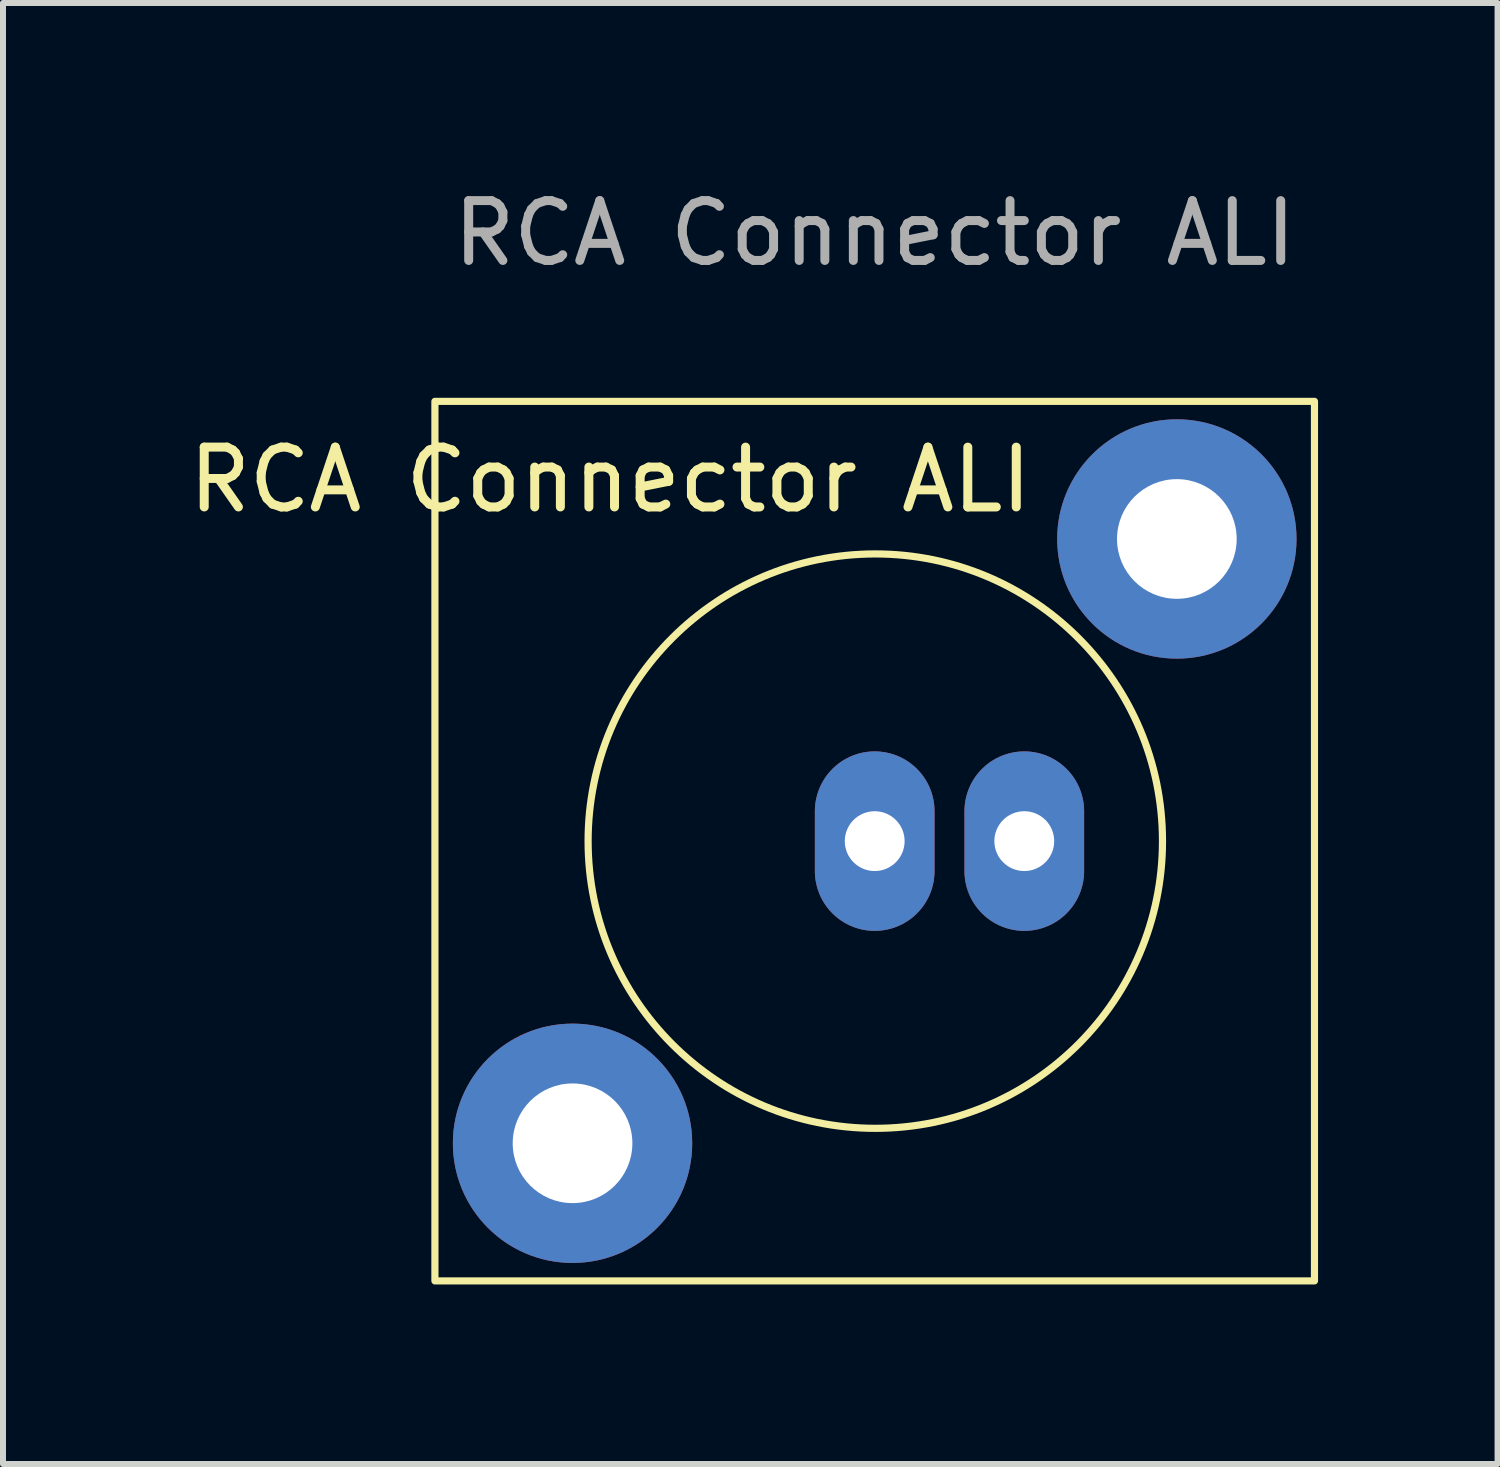
<source format=kicad_pcb>
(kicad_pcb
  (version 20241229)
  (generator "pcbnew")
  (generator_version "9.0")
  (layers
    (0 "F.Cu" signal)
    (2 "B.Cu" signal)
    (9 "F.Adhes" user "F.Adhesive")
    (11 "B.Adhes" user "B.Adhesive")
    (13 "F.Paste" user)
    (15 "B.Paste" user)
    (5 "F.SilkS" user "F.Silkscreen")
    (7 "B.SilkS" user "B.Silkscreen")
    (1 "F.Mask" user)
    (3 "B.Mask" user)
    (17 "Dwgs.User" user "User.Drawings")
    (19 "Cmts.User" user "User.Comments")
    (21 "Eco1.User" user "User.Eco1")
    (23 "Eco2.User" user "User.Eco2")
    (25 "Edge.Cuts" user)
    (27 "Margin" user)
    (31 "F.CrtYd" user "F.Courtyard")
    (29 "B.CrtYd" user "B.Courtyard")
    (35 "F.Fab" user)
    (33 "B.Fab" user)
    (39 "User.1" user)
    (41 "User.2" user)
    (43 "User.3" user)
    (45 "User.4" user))
  (footprint "RCA Connector ALI"
    (layer "F.Cu")
    (at 11.569 11.008)
    (property "Reference" "RCA Connector ALI" (at -4.42 -6.04 0) (unlocked yes) (layer "F.SilkS") (effects (font (size 1 1) (thickness 0.15))))
    (attr through_hole)
    (fp_rect (start 7.35 -7.35) (end -7.35 7.35) (stroke (width 0.12) (type solid)) (fill no) (layer "F.SilkS"))
    (fp_circle (center 0.01 0) (end 4.81 0) (stroke (width 0.12) (type solid)) (fill no) (layer "F.SilkS"))
    (fp_text user "${REFERENCE}" (at 0 -10.16 0) (unlocked yes) (layer "F.Fab") (effects (font (size 1 1) (thickness 0.15))))
    (pad "" thru_hole circle (at -5.05 5.05) (size 4 4) (drill 2) (layers "*.Cu" "*.Mask"))
    (pad "" thru_hole circle (at 5.05 -5.05) (size 4 4) (drill 2) (layers "*.Cu" "*.Mask"))
    (pad "1" thru_hole oval (at 0 0) (size 2 3) (drill 1) (layers "*.Cu" "*.Mask"))
    (pad "2" thru_hole oval (at 2.5 0) (size 2 3) (drill 1) (layers "*.Cu" "*.Mask")))
  (gr_rect
    (start -3 -3)
    (end 21.979 21.418)
    (stroke (width 0.1) (type default))
    (fill no)
    (layer "Edge.Cuts")))
</source>
